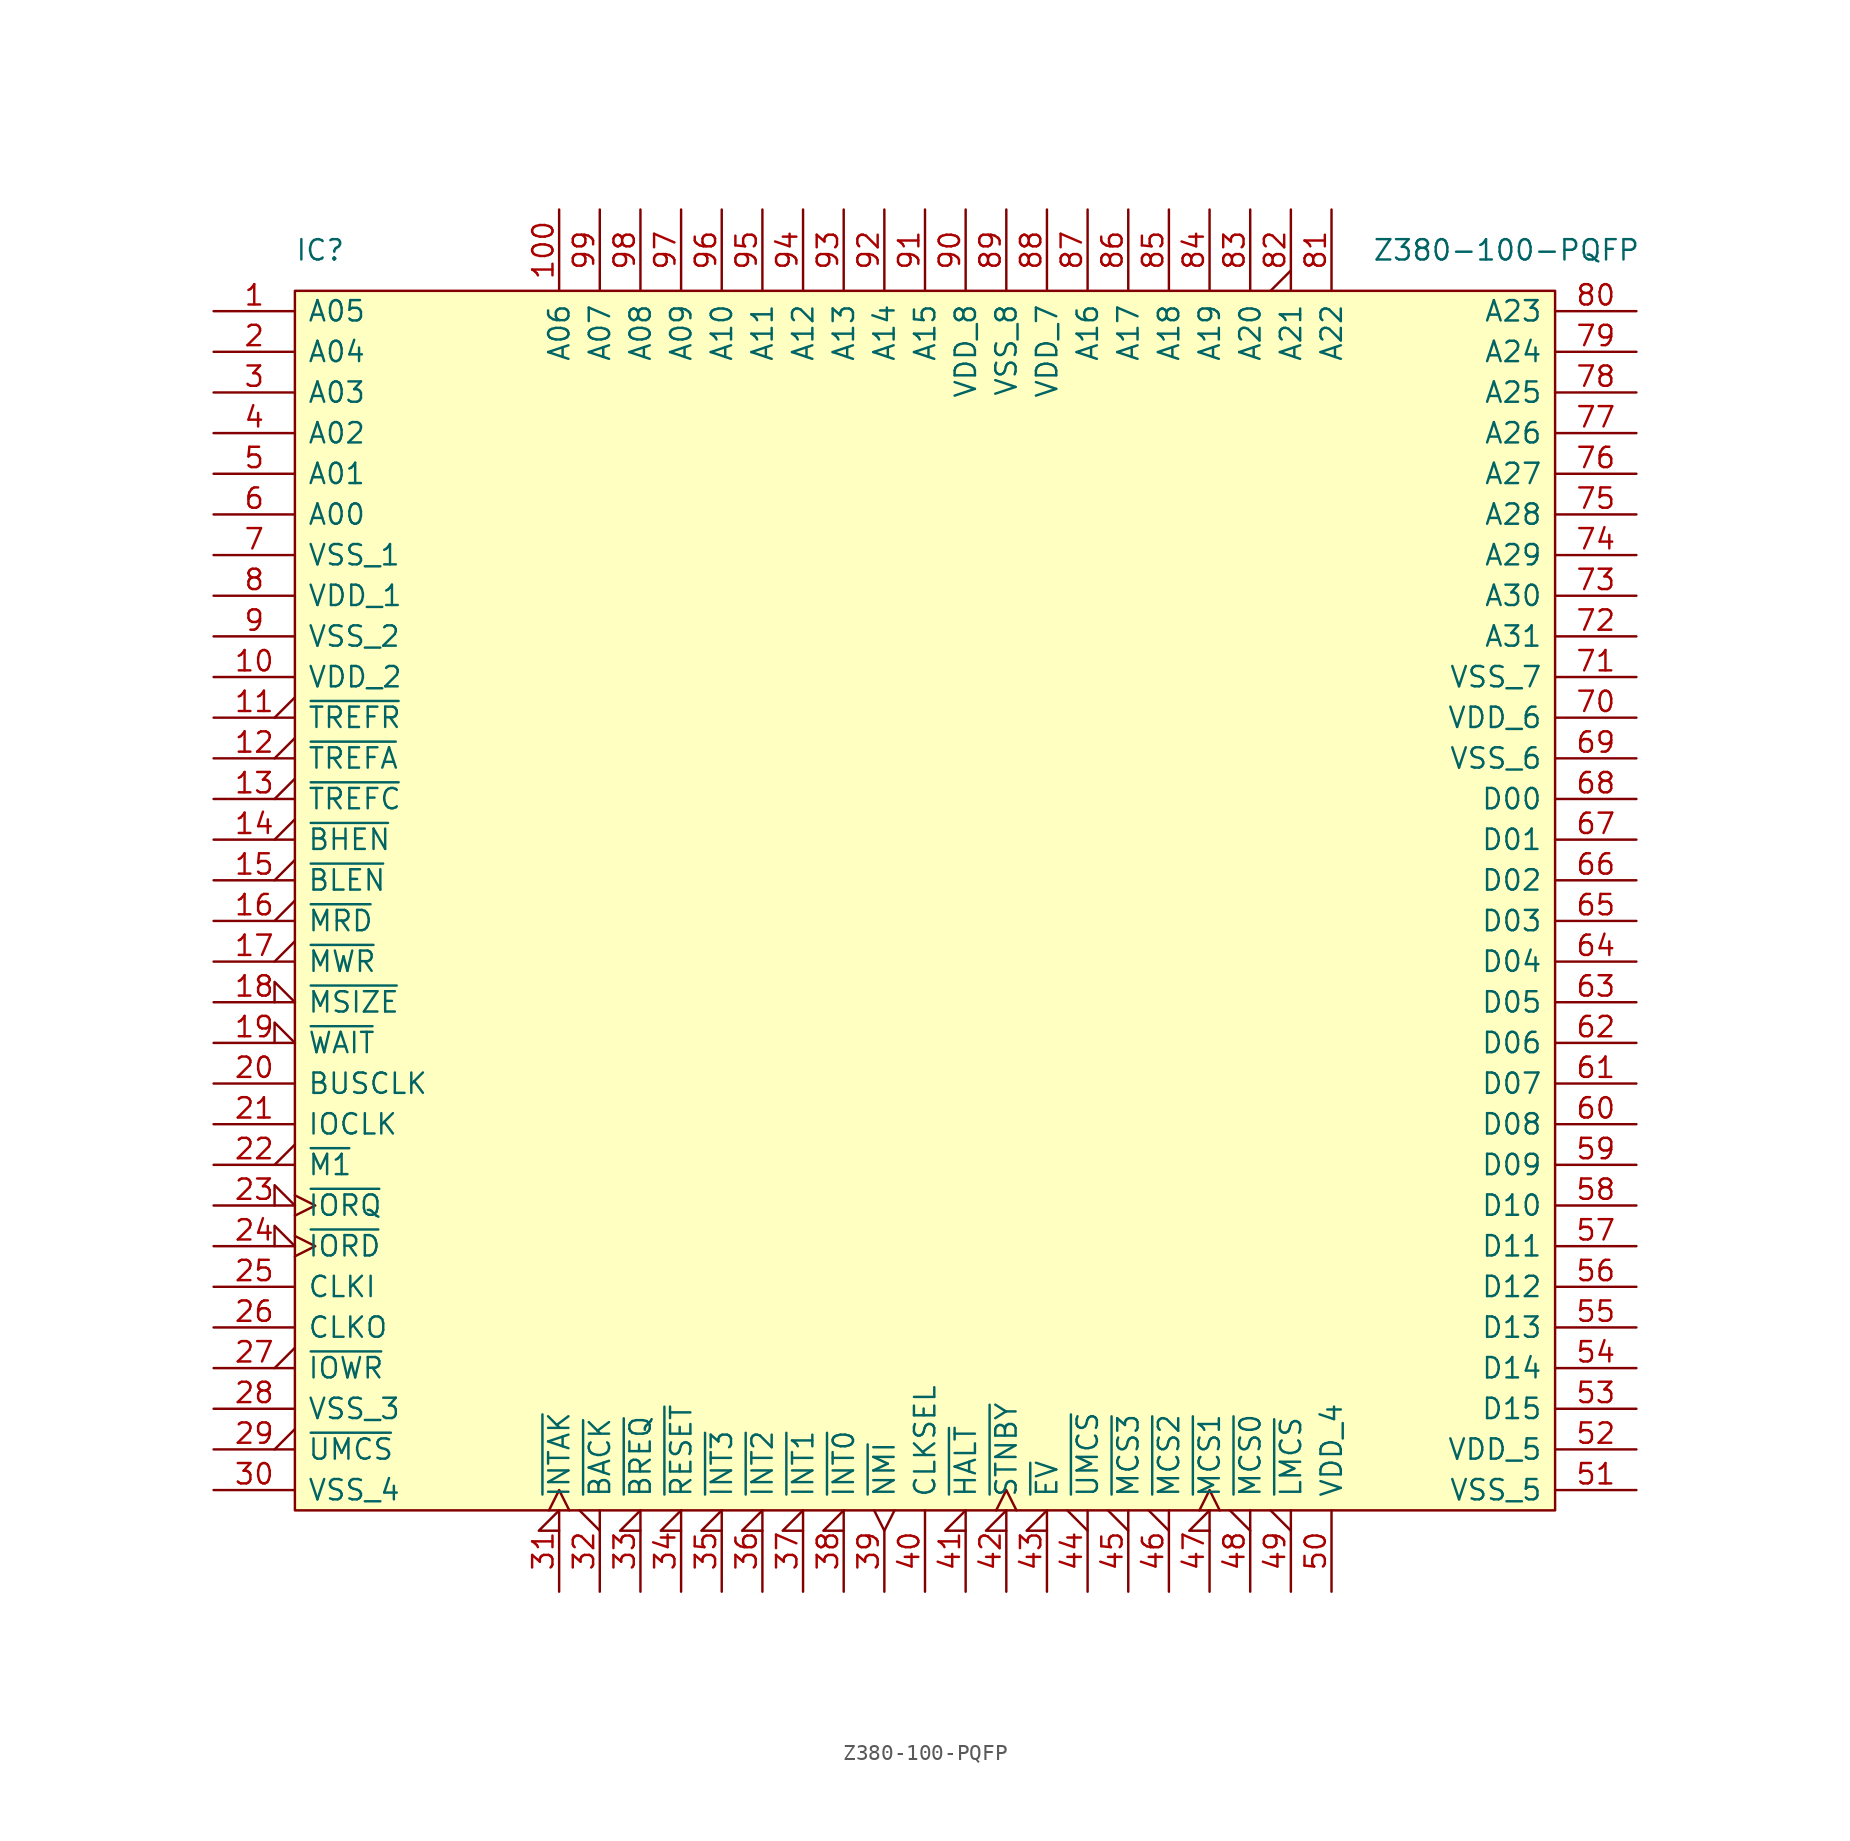
<source format=kicad_sym>
(kicad_symbol_lib
  (version 20211014)
  (generator kicad_symbol_editor)
  (symbol "Z380-100-PQFP"
    (pin_names
      (offset 0.762))
    (property "Reference" "IC"
      (at 0 2.54 0)
      (effects (font (size 1.27 1.27)) (justify left)))
    (property "Value" "Z380-100-PQFP"
      (at 67.31 2.54 0)
      (effects (font (size 1.27 1.27)) (justify left)))
    (symbol "Z380-100-PQFP_0_0"
      (pin tri_state line (at -5.08 -1.27 0) (length 5.08) (name "A05" (effects (font (size 1.27 1.27)))) (number "1" (effects (font (size 1.27 1.27)))))
      (pin power_in line (at -5.08 -24.13 0) (length 5.08) (name "VDD_2" (effects (font (size 1.27 1.27)))) (number "10" (effects (font (size 1.27 1.27)))))
      (pin tri_state line (at 16.51 5.08 270) (length 5.08) (name "A06" (effects (font (size 1.27 1.27)))) (number "100" (effects (font (size 1.27 1.27)))))
      (pin tri_state output_low (at -5.08 -26.67 0) (length 5.08) (name "~{TREFR}" (effects (font (size 1.27 1.27)))) (number "11" (effects (font (size 1.27 1.27)))))
      (pin tri_state output_low (at -5.08 -29.21 0) (length 5.08) (name "~{TREFA}" (effects (font (size 1.27 1.27)))) (number "12" (effects (font (size 1.27 1.27)))))
      (pin tri_state output_low (at -5.08 -31.75 0) (length 5.08) (name "~{TREFC}" (effects (font (size 1.27 1.27)))) (number "13" (effects (font (size 1.27 1.27)))))
      (pin tri_state output_low (at -5.08 -34.29 0) (length 5.08) (name "~{BHEN}" (effects (font (size 1.27 1.27)))) (number "14" (effects (font (size 1.27 1.27)))))
      (pin tri_state output_low (at -5.08 -36.83 0) (length 5.08) (name "~{BLEN}" (effects (font (size 1.27 1.27)))) (number "15" (effects (font (size 1.27 1.27)))))
      (pin tri_state output_low (at -5.08 -39.37 0) (length 5.08) (name "~{MRD}" (effects (font (size 1.27 1.27)))) (number "16" (effects (font (size 1.27 1.27)))))
      (pin input output_low (at -5.08 -41.91 0) (length 5.08) (name "~{MWR}" (effects (font (size 1.27 1.27)))) (number "17" (effects (font (size 1.27 1.27)))))
      (pin input input_low (at -5.08 -44.45 0) (length 5.08) (name "~{MSIZE}" (effects (font (size 1.27 1.27)))) (number "18" (effects (font (size 1.27 1.27)))))
      (pin input input_low (at -5.08 -46.99 0) (length 5.08) (name "~{WAIT}" (effects (font (size 1.27 1.27)))) (number "19" (effects (font (size 1.27 1.27)))))
      (pin tri_state line (at -5.08 -3.81 0) (length 5.08) (name "A04" (effects (font (size 1.27 1.27)))) (number "2" (effects (font (size 1.27 1.27)))))
      (pin tri_state line (at -5.08 -49.53 0) (length 5.08) (name "BUSCLK" (effects (font (size 1.27 1.27)))) (number "20" (effects (font (size 1.27 1.27)))))
      (pin tri_state line (at -5.08 -52.07 0) (length 5.08) (name "IOCLK" (effects (font (size 1.27 1.27)))) (number "21" (effects (font (size 1.27 1.27)))))
      (pin output output_low (at -5.08 -54.61 0) (length 5.08) (name "~{M1}" (effects (font (size 1.27 1.27)))) (number "22" (effects (font (size 1.27 1.27)))))
      (pin tri_state clock_low (at -5.08 -57.15 0) (length 5.08) (name "~{IORQ}" (effects (font (size 1.27 1.27)))) (number "23" (effects (font (size 1.27 1.27)))))
      (pin tri_state clock_low (at -5.08 -59.69 0) (length 5.08) (name "~{IORD}" (effects (font (size 1.27 1.27)))) (number "24" (effects (font (size 1.27 1.27)))))
      (pin input line (at -5.08 -62.23 0) (length 5.08) (name "CLKI" (effects (font (size 1.27 1.27)))) (number "25" (effects (font (size 1.27 1.27)))))
      (pin output line (at -5.08 -64.77 0) (length 5.08) (name "CLKO" (effects (font (size 1.27 1.27)))) (number "26" (effects (font (size 1.27 1.27)))))
      (pin tri_state output_low (at -5.08 -67.31 0) (length 5.08) (name "~{IOWR}" (effects (font (size 1.27 1.27)))) (number "27" (effects (font (size 1.27 1.27)))))
      (pin power_in line (at -5.08 -69.85 0) (length 5.08) (name "VSS_3" (effects (font (size 1.27 1.27)))) (number "28" (effects (font (size 1.27 1.27)))))
      (pin tri_state output_low (at -5.08 -72.39 0) (length 5.08) (name "~{UMCS}" (effects (font (size 1.27 1.27)))) (number "29" (effects (font (size 1.27 1.27)))))
      (pin tri_state line (at -5.08 -6.35 0) (length 5.08) (name "A03" (effects (font (size 1.27 1.27)))) (number "3" (effects (font (size 1.27 1.27)))))
      (pin power_in line (at -5.08 -74.93 0) (length 5.08) (name "VSS_4" (effects (font (size 1.27 1.27)))) (number "30" (effects (font (size 1.27 1.27)))))
      (pin tri_state clock_low (at 16.51 -81.28 90) (length 5.08) (name "~{INTAK}" (effects (font (size 1.27 1.27)))) (number "31" (effects (font (size 1.27 1.27)))))
      (pin tri_state output_low (at 19.05 -81.28 90) (length 5.08) (name "~{BACK}" (effects (font (size 1.27 1.27)))) (number "32" (effects (font (size 1.27 1.27)))))
      (pin input input_low (at 21.59 -81.28 90) (length 5.08) (name "~{BREQ}" (effects (font (size 1.27 1.27)))) (number "33" (effects (font (size 1.27 1.27)))))
      (pin input input_low (at 24.13 -81.28 90) (length 5.08) (name "~{RESET}" (effects (font (size 1.27 1.27)))) (number "34" (effects (font (size 1.27 1.27)))))
      (pin input input_low (at 26.67 -81.28 90) (length 5.08) (name "~{INT3}" (effects (font (size 1.27 1.27)))) (number "35" (effects (font (size 1.27 1.27)))))
      (pin input input_low (at 29.21 -81.28 90) (length 5.08) (name "~{INT2}" (effects (font (size 1.27 1.27)))) (number "36" (effects (font (size 1.27 1.27)))))
      (pin input input_low (at 31.75 -81.28 90) (length 5.08) (name "~{INT1}" (effects (font (size 1.27 1.27)))) (number "37" (effects (font (size 1.27 1.27)))))
      (pin input input_low (at 34.29 -81.28 90) (length 5.08) (name "~{INT0}" (effects (font (size 1.27 1.27)))) (number "38" (effects (font (size 1.27 1.27)))))
      (pin input edge_clock_high (at 36.83 -81.28 90) (length 5.08) (name "~{NMI}" (effects (font (size 1.27 1.27)))) (number "39" (effects (font (size 1.27 1.27)))))
      (pin tri_state line (at -5.08 -8.89 0) (length 5.08) (name "A02" (effects (font (size 1.27 1.27)))) (number "4" (effects (font (size 1.27 1.27)))))
      (pin input line (at 39.37 -81.28 90) (length 5.08) (name "CLKSEL" (effects (font (size 1.27 1.27)))) (number "40" (effects (font (size 1.27 1.27)))))
      (pin tri_state input_low (at 41.91 -81.28 90) (length 5.08) (name "~{HALT}" (effects (font (size 1.27 1.27)))) (number "41" (effects (font (size 1.27 1.27)))))
      (pin tri_state clock_low (at 44.45 -81.28 90) (length 5.08) (name "~{STNBY}" (effects (font (size 1.27 1.27)))) (number "42" (effects (font (size 1.27 1.27)))))
      (pin input input_low (at 46.99 -81.28 90) (length 5.08) (name "~{EV}" (effects (font (size 1.27 1.27)))) (number "43" (effects (font (size 1.27 1.27)))))
      (pin tri_state output_low (at 49.53 -81.28 90) (length 5.08) (name "~{UMCS}" (effects (font (size 1.27 1.27)))) (number "44" (effects (font (size 1.27 1.27)))))
      (pin tri_state output_low (at 52.07 -81.28 90) (length 5.08) (name "~{MCS3}" (effects (font (size 1.27 1.27)))) (number "45" (effects (font (size 1.27 1.27)))))
      (pin tri_state output_low (at 54.61 -81.28 90) (length 5.08) (name "~{MCS2}" (effects (font (size 1.27 1.27)))) (number "46" (effects (font (size 1.27 1.27)))))
      (pin tri_state clock_low (at 57.15 -81.28 90) (length 5.08) (name "~{MCS1}" (effects (font (size 1.27 1.27)))) (number "47" (effects (font (size 1.27 1.27)))))
      (pin tri_state output_low (at 59.69 -81.28 90) (length 5.08) (name "~{MCS0}" (effects (font (size 1.27 1.27)))) (number "48" (effects (font (size 1.27 1.27)))))
      (pin tri_state output_low (at 62.23 -81.28 90) (length 5.08) (name "~{LMCS}" (effects (font (size 1.27 1.27)))) (number "49" (effects (font (size 1.27 1.27)))))
      (pin tri_state line (at -5.08 -11.43 0) (length 5.08) (name "A01" (effects (font (size 1.27 1.27)))) (number "5" (effects (font (size 1.27 1.27)))))
      (pin power_in line (at 64.77 -81.28 90) (length 5.08) (name "VDD_4" (effects (font (size 1.27 1.27)))) (number "50" (effects (font (size 1.27 1.27)))))
      (pin power_in line (at 83.82 -74.93 180) (length 5.08) (name "VSS_5" (effects (font (size 1.27 1.27)))) (number "51" (effects (font (size 1.27 1.27)))))
      (pin power_out line (at 83.82 -72.39 180) (length 5.08) (name "VDD_5" (effects (font (size 1.27 1.27)))) (number "52" (effects (font (size 1.27 1.27)))))
      (pin tri_state line (at 83.82 -69.85 180) (length 5.08) (name "D15" (effects (font (size 1.27 1.27)))) (number "53" (effects (font (size 1.27 1.27)))))
      (pin tri_state line (at 83.82 -67.31 180) (length 5.08) (name "D14" (effects (font (size 1.27 1.27)))) (number "54" (effects (font (size 1.27 1.27)))))
      (pin tri_state line (at 83.82 -64.77 180) (length 5.08) (name "D13" (effects (font (size 1.27 1.27)))) (number "55" (effects (font (size 1.27 1.27)))))
      (pin tri_state line (at 83.82 -62.23 180) (length 5.08) (name "D12" (effects (font (size 1.27 1.27)))) (number "56" (effects (font (size 1.27 1.27)))))
      (pin tri_state line (at 83.82 -59.69 180) (length 5.08) (name "D11" (effects (font (size 1.27 1.27)))) (number "57" (effects (font (size 1.27 1.27)))))
      (pin tri_state line (at 83.82 -57.15 180) (length 5.08) (name "D10" (effects (font (size 1.27 1.27)))) (number "58" (effects (font (size 1.27 1.27)))))
      (pin tri_state line (at 83.82 -54.61 180) (length 5.08) (name "D09" (effects (font (size 1.27 1.27)))) (number "59" (effects (font (size 1.27 1.27)))))
      (pin tri_state line (at -5.08 -13.97 0) (length 5.08) (name "A00" (effects (font (size 1.27 1.27)))) (number "6" (effects (font (size 1.27 1.27)))))
      (pin tri_state line (at 83.82 -52.07 180) (length 5.08) (name "D08" (effects (font (size 1.27 1.27)))) (number "60" (effects (font (size 1.27 1.27)))))
      (pin tri_state line (at 83.82 -49.53 180) (length 5.08) (name "D07" (effects (font (size 1.27 1.27)))) (number "61" (effects (font (size 1.27 1.27)))))
      (pin tri_state line (at 83.82 -46.99 180) (length 5.08) (name "D06" (effects (font (size 1.27 1.27)))) (number "62" (effects (font (size 1.27 1.27)))))
      (pin tri_state line (at 83.82 -44.45 180) (length 5.08) (name "D05" (effects (font (size 1.27 1.27)))) (number "63" (effects (font (size 1.27 1.27)))))
      (pin tri_state line (at 83.82 -41.91 180) (length 5.08) (name "D04" (effects (font (size 1.27 1.27)))) (number "64" (effects (font (size 1.27 1.27)))))
      (pin tri_state line (at 83.82 -39.37 180) (length 5.08) (name "D03" (effects (font (size 1.27 1.27)))) (number "65" (effects (font (size 1.27 1.27)))))
      (pin tri_state line (at 83.82 -36.83 180) (length 5.08) (name "D02" (effects (font (size 1.27 1.27)))) (number "66" (effects (font (size 1.27 1.27)))))
      (pin tri_state line (at 83.82 -34.29 180) (length 5.08) (name "D01" (effects (font (size 1.27 1.27)))) (number "67" (effects (font (size 1.27 1.27)))))
      (pin tri_state line (at 83.82 -31.75 180) (length 5.08) (name "D00" (effects (font (size 1.27 1.27)))) (number "68" (effects (font (size 1.27 1.27)))))
      (pin power_in line (at 83.82 -29.21 180) (length 5.08) (name "VSS_6" (effects (font (size 1.27 1.27)))) (number "69" (effects (font (size 1.27 1.27)))))
      (pin power_in line (at -5.08 -16.51 0) (length 5.08) (name "VSS_1" (effects (font (size 1.27 1.27)))) (number "7" (effects (font (size 1.27 1.27)))))
      (pin power_in line (at 83.82 -26.67 180) (length 5.08) (name "VDD_6" (effects (font (size 1.27 1.27)))) (number "70" (effects (font (size 1.27 1.27)))))
      (pin power_in line (at 83.82 -24.13 180) (length 5.08) (name "VSS_7" (effects (font (size 1.27 1.27)))) (number "71" (effects (font (size 1.27 1.27)))))
      (pin tri_state line (at 83.82 -21.59 180) (length 5.08) (name "A31" (effects (font (size 1.27 1.27)))) (number "72" (effects (font (size 1.27 1.27)))))
      (pin tri_state line (at 83.82 -19.05 180) (length 5.08) (name "A30" (effects (font (size 1.27 1.27)))) (number "73" (effects (font (size 1.27 1.27)))))
      (pin tri_state line (at 83.82 -16.51 180) (length 5.08) (name "A29" (effects (font (size 1.27 1.27)))) (number "74" (effects (font (size 1.27 1.27)))))
      (pin tri_state line (at 83.82 -13.97 180) (length 5.08) (name "A28" (effects (font (size 1.27 1.27)))) (number "75" (effects (font (size 1.27 1.27)))))
      (pin tri_state line (at 83.82 -11.43 180) (length 5.08) (name "A27" (effects (font (size 1.27 1.27)))) (number "76" (effects (font (size 1.27 1.27)))))
      (pin tri_state line (at 83.82 -8.89 180) (length 5.08) (name "A26" (effects (font (size 1.27 1.27)))) (number "77" (effects (font (size 1.27 1.27)))))
      (pin tri_state line (at 83.82 -6.35 180) (length 5.08) (name "A25" (effects (font (size 1.27 1.27)))) (number "78" (effects (font (size 1.27 1.27)))))
      (pin tri_state line (at 83.82 -3.81 180) (length 5.08) (name "A24" (effects (font (size 1.27 1.27)))) (number "79" (effects (font (size 1.27 1.27)))))
      (pin power_in line (at -5.08 -19.05 0) (length 5.08) (name "VDD_1" (effects (font (size 1.27 1.27)))) (number "8" (effects (font (size 1.27 1.27)))))
      (pin tri_state line (at 83.82 -1.27 180) (length 5.08) (name "A23" (effects (font (size 1.27 1.27)))) (number "80" (effects (font (size 1.27 1.27)))))
      (pin tri_state line (at 64.77 5.08 270) (length 5.08) (name "A22" (effects (font (size 1.27 1.27)))) (number "81" (effects (font (size 1.27 1.27)))))
      (pin tri_state output_low (at 62.23 5.08 270) (length 5.08) (name "A21" (effects (font (size 1.27 1.27)))) (number "82" (effects (font (size 1.27 1.27)))))
      (pin tri_state line (at 59.69 5.08 270) (length 5.08) (name "A20" (effects (font (size 1.27 1.27)))) (number "83" (effects (font (size 1.27 1.27)))))
      (pin tri_state line (at 57.15 5.08 270) (length 5.08) (name "A19" (effects (font (size 1.27 1.27)))) (number "84" (effects (font (size 1.27 1.27)))))
      (pin tri_state line (at 54.61 5.08 270) (length 5.08) (name "A18" (effects (font (size 1.27 1.27)))) (number "85" (effects (font (size 1.27 1.27)))))
      (pin tri_state line (at 52.07 5.08 270) (length 5.08) (name "A17" (effects (font (size 1.27 1.27)))) (number "86" (effects (font (size 1.27 1.27)))))
      (pin tri_state line (at 49.53 5.08 270) (length 5.08) (name "A16" (effects (font (size 1.27 1.27)))) (number "87" (effects (font (size 1.27 1.27)))))
      (pin power_in line (at 46.99 5.08 270) (length 5.08) (name "VDD_7" (effects (font (size 1.27 1.27)))) (number "88" (effects (font (size 1.27 1.27)))))
      (pin power_in line (at 44.45 5.08 270) (length 5.08) (name "VSS_8" (effects (font (size 1.27 1.27)))) (number "89" (effects (font (size 1.27 1.27)))))
      (pin power_in line (at -5.08 -21.59 0) (length 5.08) (name "VSS_2" (effects (font (size 1.27 1.27)))) (number "9" (effects (font (size 1.27 1.27)))))
      (pin power_in line (at 41.91 5.08 270) (length 5.08) (name "VDD_8" (effects (font (size 1.27 1.27)))) (number "90" (effects (font (size 1.27 1.27)))))
      (pin tri_state line (at 39.37 5.08 270) (length 5.08) (name "A15" (effects (font (size 1.27 1.27)))) (number "91" (effects (font (size 1.27 1.27)))))
      (pin tri_state line (at 36.83 5.08 270) (length 5.08) (name "A14" (effects (font (size 1.27 1.27)))) (number "92" (effects (font (size 1.27 1.27)))))
      (pin tri_state line (at 34.29 5.08 270) (length 5.08) (name "A13" (effects (font (size 1.27 1.27)))) (number "93" (effects (font (size 1.27 1.27)))))
      (pin tri_state line (at 31.75 5.08 270) (length 5.08) (name "A12" (effects (font (size 1.27 1.27)))) (number "94" (effects (font (size 1.27 1.27)))))
      (pin tri_state line (at 29.21 5.08 270) (length 5.08) (name "A11" (effects (font (size 1.27 1.27)))) (number "95" (effects (font (size 1.27 1.27)))))
      (pin tri_state line (at 26.67 5.08 270) (length 5.08) (name "A10" (effects (font (size 1.27 1.27)))) (number "96" (effects (font (size 1.27 1.27)))))
      (pin tri_state line (at 24.13 5.08 270) (length 5.08) (name "A09" (effects (font (size 1.27 1.27)))) (number "97" (effects (font (size 1.27 1.27)))))
      (pin tri_state line (at 21.59 5.08 270) (length 5.08) (name "A08" (effects (font (size 1.27 1.27)))) (number "98" (effects (font (size 1.27 1.27)))))
      (pin tri_state line (at 19.05 5.08 270) (length 5.08) (name "A07" (effects (font (size 1.27 1.27)))) (number "99" (effects (font (size 1.27 1.27))))))
    (symbol "Z380-100-PQFP_0_1"
      (rectangle (start 78.74 -76.2) (end 0 0) (stroke (width 0) (type solid)) (fill (type background))))))
</source>
